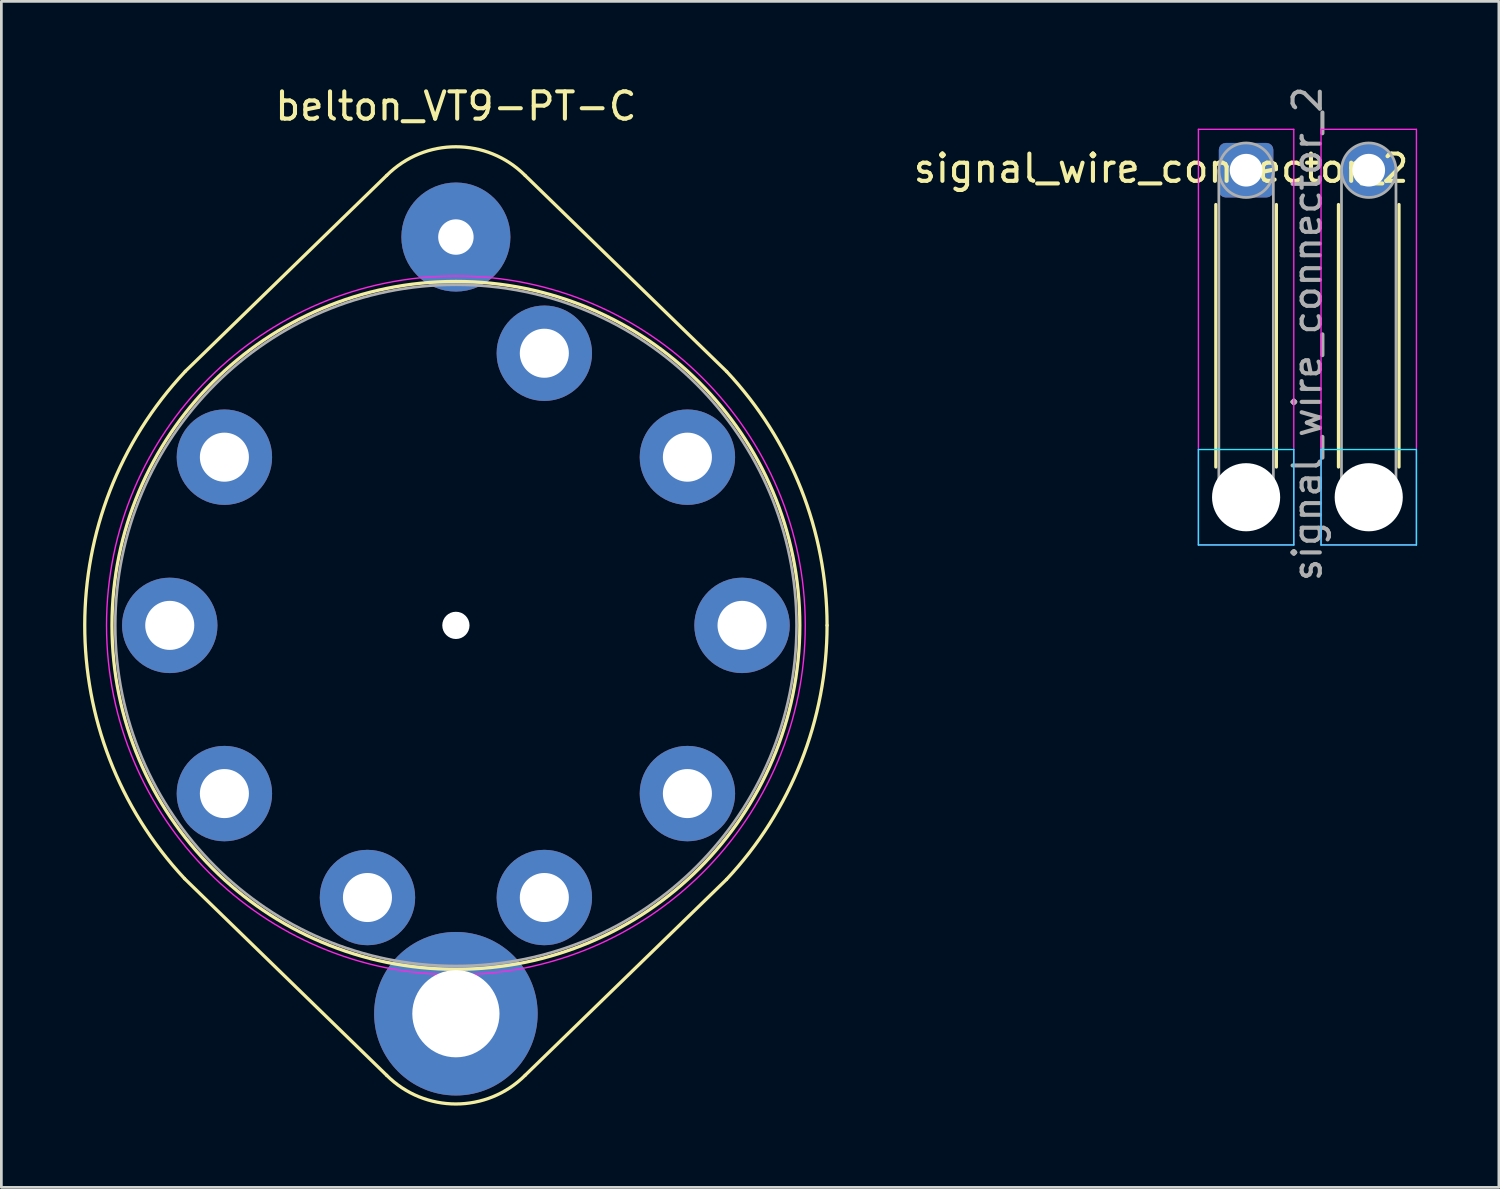
<source format=kicad_pcb>
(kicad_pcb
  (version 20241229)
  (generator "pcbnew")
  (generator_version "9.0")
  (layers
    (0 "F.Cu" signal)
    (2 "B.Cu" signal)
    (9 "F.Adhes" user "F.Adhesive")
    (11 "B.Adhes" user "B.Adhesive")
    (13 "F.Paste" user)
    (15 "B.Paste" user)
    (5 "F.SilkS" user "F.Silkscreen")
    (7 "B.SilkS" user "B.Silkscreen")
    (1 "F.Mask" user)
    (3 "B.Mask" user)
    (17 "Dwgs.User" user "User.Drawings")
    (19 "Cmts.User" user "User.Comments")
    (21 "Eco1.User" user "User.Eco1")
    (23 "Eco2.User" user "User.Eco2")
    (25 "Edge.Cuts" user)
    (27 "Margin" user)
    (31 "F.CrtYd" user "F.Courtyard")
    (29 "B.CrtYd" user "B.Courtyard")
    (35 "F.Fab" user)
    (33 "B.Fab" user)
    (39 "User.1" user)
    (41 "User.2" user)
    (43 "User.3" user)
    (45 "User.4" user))
  (footprint "signal_wire_connector_2"
    (layer "F.Cu")
    (at 42.675 3.196)
    (property "Reference" "signal_wire_connector_2" (at -3.12 -0.065 180) (layer "F.SilkS") (effects (font (size 1 1) (thickness 0.15))))
    (attr exclude_from_pos_files exclude_from_bom)
    (fp_line (start -1.11 1.26) (end -1.11 10.89) (stroke (width 0.12) (type solid)) (layer "F.SilkS"))
    (fp_line (start 1.11 1.26) (end 1.11 10.89) (stroke (width 0.12) (type solid)) (layer "F.SilkS"))
    (fp_line (start 3.39 1.26) (end 3.39 10.89) (stroke (width 0.12) (type solid)) (layer "F.SilkS"))
    (fp_line (start 5.61 1.26) (end 5.61 10.89) (stroke (width 0.12) (type solid)) (layer "F.SilkS"))
    (fp_line (start -1.75 10.25) (end -1.75 13.75) (stroke (width 0.05) (type solid)) (layer "B.CrtYd"))
    (fp_line (start -1.75 13.75) (end 1.75 13.75) (stroke (width 0.05) (type solid)) (layer "B.CrtYd"))
    (fp_line (start 1.75 10.25) (end -1.75 10.25) (stroke (width 0.05) (type solid)) (layer "B.CrtYd"))
    (fp_line (start 1.75 13.75) (end 1.75 10.25) (stroke (width 0.05) (type solid)) (layer "B.CrtYd"))
    (fp_line (start 2.75 10.25) (end 2.75 13.75) (stroke (width 0.05) (type solid)) (layer "B.CrtYd"))
    (fp_line (start 2.75 13.75) (end 6.25 13.75) (stroke (width 0.05) (type solid)) (layer "B.CrtYd"))
    (fp_line (start 6.25 10.25) (end 2.75 10.25) (stroke (width 0.05) (type solid)) (layer "B.CrtYd"))
    (fp_line (start 6.25 13.75) (end 6.25 10.25) (stroke (width 0.05) (type solid)) (layer "B.CrtYd"))
    (fp_line (start -1.75 -1.5) (end -1.75 13.75) (stroke (width 0.05) (type solid)) (layer "F.CrtYd"))
    (fp_line (start -1.75 13.75) (end 1.75 13.75) (stroke (width 0.05) (type solid)) (layer "F.CrtYd"))
    (fp_line (start 1.75 -1.5) (end -1.75 -1.5) (stroke (width 0.05) (type solid)) (layer "F.CrtYd"))
    (fp_line (start 1.75 13.75) (end 1.75 -1.5) (stroke (width 0.05) (type solid)) (layer "F.CrtYd"))
    (fp_line (start 2.75 -1.5) (end 2.75 13.75) (stroke (width 0.05) (type solid)) (layer "F.CrtYd"))
    (fp_line (start 2.75 13.75) (end 6.25 13.75) (stroke (width 0.05) (type solid)) (layer "F.CrtYd"))
    (fp_line (start 6.25 -1.5) (end 2.75 -1.5) (stroke (width 0.05) (type solid)) (layer "F.CrtYd"))
    (fp_line (start 6.25 13.75) (end 6.25 -1.5) (stroke (width 0.05) (type solid)) (layer "F.CrtYd"))
    (fp_line (start -1 0) (end -1 12) (stroke (width 0.1) (type solid)) (layer "F.Fab"))
    (fp_line (start 1 0) (end 1 12) (stroke (width 0.1) (type solid)) (layer "F.Fab"))
    (fp_line (start 3.5 0) (end 3.5 12) (stroke (width 0.1) (type solid)) (layer "F.Fab"))
    (fp_line (start 5.5 0) (end 5.5 12) (stroke (width 0.1) (type solid)) (layer "F.Fab"))
    (fp_circle (center 0 0) (end 1 0) (stroke (width 0.1) (type solid)) (fill no) (layer "F.Fab"))
    (fp_circle (center 0 12) (end 1 12) (stroke (width 0.1) (type solid)) (fill no) (layer "F.Fab"))
    (fp_circle (center 4.5 0) (end 5.5 0) (stroke (width 0.1) (type solid)) (fill no) (layer "F.Fab"))
    (fp_circle (center 4.5 12) (end 5.5 12) (stroke (width 0.1) (type solid)) (fill no) (layer "F.Fab"))
    (fp_text user "${REFERENCE}" (at 2.25 6 270) (layer "F.Fab") (effects (font (size 1 1) (thickness 0.15))))
    (pad "" np_thru_hole circle (at 0 12) (size 2.5 2.5) (drill 2.5) (layers "*.Cu" "*.Mask"))
    (pad "" np_thru_hole circle (at 4.5 12) (size 2.5 2.5) (drill 2.5) (layers "*.Cu" "*.Mask"))
    (pad "1" thru_hole roundrect (at 0 0) (size 2 2) (drill 1.2) (layers "*.Cu" "*.Mask") (roundrect_rratio 0.125))
    (pad "2" thru_hole circle (at 4.5 0) (size 2 2) (drill 1.2) (layers "*.Cu" "*.Mask")))
  (footprint "belton_VT9-PT-C"
    (layer "F.Cu")
    (at 13.679 19.898)
    (property "Reference" "belton_VT9-PT-C" (at 0 -19.05 0) (layer "F.SilkS") (effects (font (size 1 1) (thickness 0.15))))
    (attr through_hole)
    (fp_line (start -9.93 -9.322) (end -2.54 -16.51) (stroke (width 0.12) (type solid)) (layer "F.SilkS"))
    (fp_line (start -2.54 16.51) (end -9.957 9.293) (stroke (width 0.12) (type solid)) (layer "F.SilkS"))
    (fp_line (start 2.54 -16.51) (end 9.936 -9.315) (stroke (width 0.12) (type solid)) (layer "F.SilkS"))
    (fp_line (start 2.54 16.51) (end 9.93 9.322) (stroke (width 0.12) (type solid)) (layer "F.SilkS"))
    (fp_arc (start -9.956598 9.292825) (mid -13.619473 -0.019721) (end -9.929644 -9.32162) (stroke (width 0.12) (type solid)) (layer "F.SilkS"))
    (fp_arc (start -2.54 -16.51) (mid 0 -17.562102) (end 2.54 -16.51) (stroke (width 0.12) (type solid)) (layer "F.SilkS"))
    (fp_arc (start 2.54 16.51) (mid 0 17.562102) (end -2.54 16.51) (stroke (width 0.12) (type solid)) (layer "F.SilkS"))
    (fp_arc (start 9.935923 -9.314927) (mid 12.665161 -5.008406) (end 13.619487 0) (stroke (width 0.12) (type solid)) (layer "F.SilkS"))
    (fp_arc (start 13.619487 0) (mid 12.663473 5.012672) (end 9.929644 9.32162) (stroke (width 0.12) (type solid)) (layer "F.SilkS"))
    (fp_circle (center 0 0) (end 0 12.62) (stroke (width 0.12) (type solid)) (fill no) (layer "F.SilkS"))
    (fp_circle (center 0 0) (end 0 12.82) (stroke (width 0.05) (type solid)) (fill no) (layer "F.CrtYd"))
    (fp_circle (center 0 0) (end 0 12.5) (stroke (width 0.1) (type solid)) (fill no) (layer "F.Fab"))
    (pad "" thru_hole circle (at 0 -14.25) (size 4 4) (drill 1.3) (layers "*.Cu" "*.Mask"))
    (pad "" np_thru_hole circle (at 0 0) (size 1 1) (drill 1) (layers "*.Cu" "*.Mask"))
    (pad "" thru_hole circle (at 0 14.25) (size 6 6) (drill 3.2) (layers "*.Cu" "*.Mask"))
    (pad "1" thru_hole oval (at -8.495 -6.172) (size 3.5 3.5) (drill 1.8) (layers "*.Cu" "*.Mask"))
    (pad "2" thru_hole oval (at -10.5 0) (size 3.5 3.5) (drill 1.8) (layers "*.Cu" "*.Mask"))
    (pad "3" thru_hole oval (at -8.495 6.172) (size 3.5 3.5) (drill 1.8) (layers "*.Cu" "*.Mask"))
    (pad "4" thru_hole oval (at -3.245 9.986) (size 3.5 3.5) (drill 1.8) (layers "*.Cu" "*.Mask"))
    (pad "5" thru_hole oval (at 3.245 9.986) (size 3.5 3.5) (drill 1.8) (layers "*.Cu" "*.Mask"))
    (pad "6" thru_hole oval (at 8.495 6.172) (size 3.5 3.5) (drill 1.8) (layers "*.Cu" "*.Mask"))
    (pad "7" thru_hole oval (at 10.5 0) (size 3.5 3.5) (drill 1.8) (layers "*.Cu" "*.Mask"))
    (pad "8" thru_hole oval (at 8.495 -6.172) (size 3.5 3.5) (drill 1.8) (layers "*.Cu" "*.Mask"))
    (pad "9" thru_hole oval (at 3.245 -9.986) (size 3.5 3.5) (drill 1.8) (layers "*.Cu" "*.Mask")))
  (gr_rect
    (start -3 -3)
    (end 51.95 40.52)
    (stroke (width 0.1) (type default))
    (fill no)
    (layer "Edge.Cuts")))
</source>
